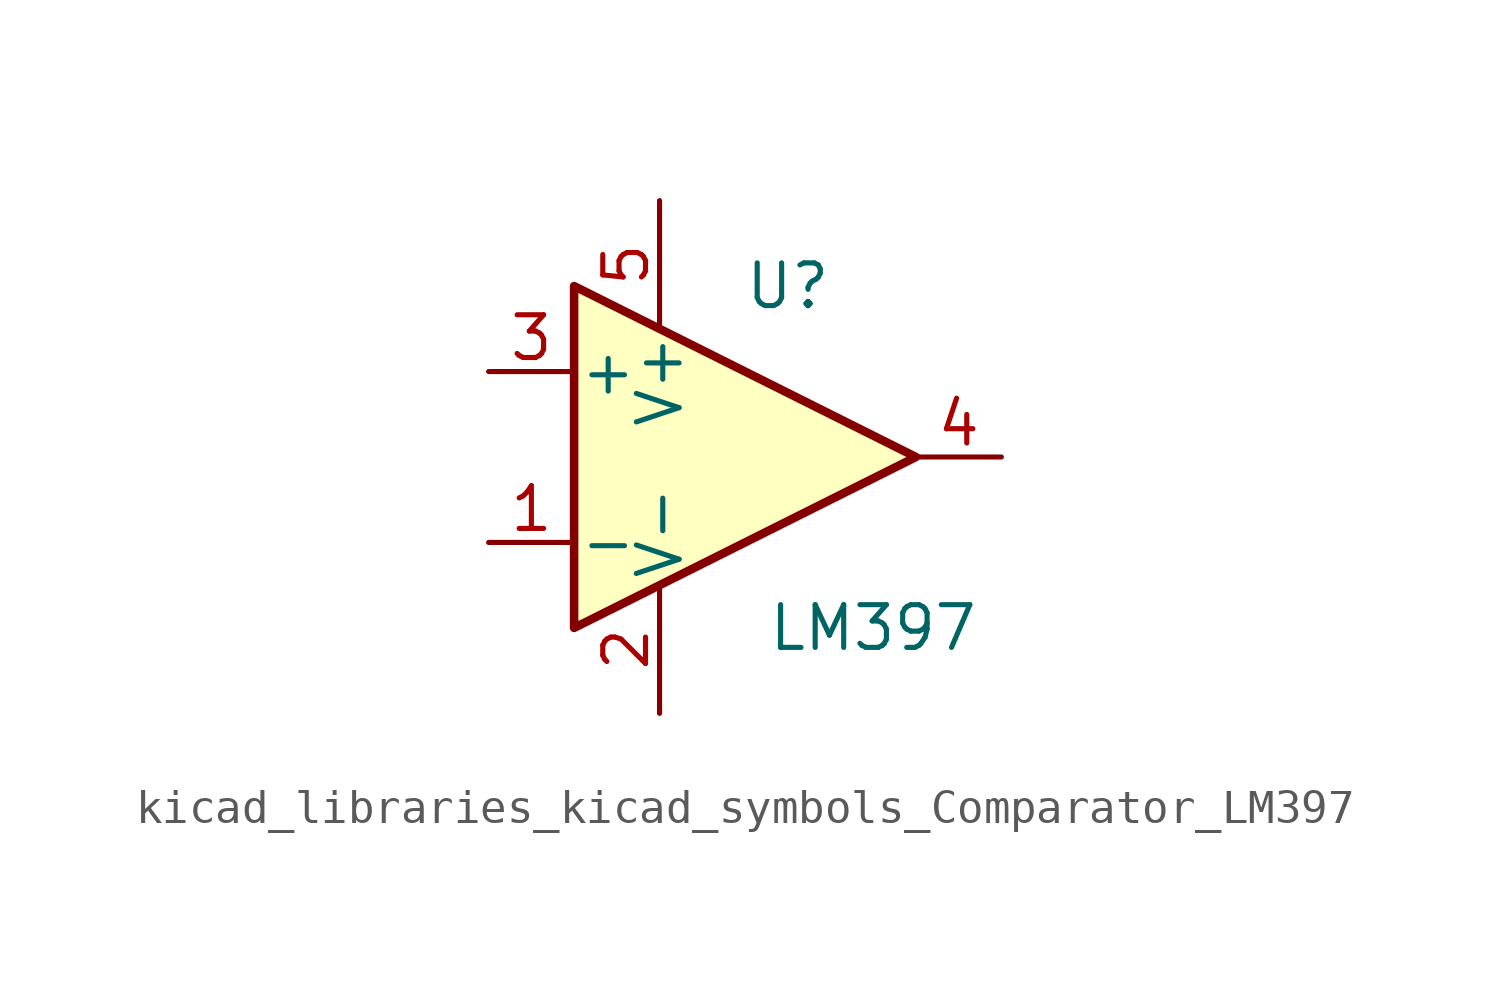
<source format=kicad_sym>
(kicad_symbol_lib
  (version 20220914)
  (generator kicad_symbol_editor)
  (symbol "kicad_libraries_kicad_symbols_Comparator_LM397"
    (pin_names
      (offset 0.127))
    (property "Reference" "U"
      (at 1.27 5.08 0)
      (effects (font (size 1.27 1.27))))
    (property "Value" "LM397"
      (at 3.81 -5.08 0)
      (effects (font (size 1.27 1.27))))
    (symbol "kicad_libraries_kicad_symbols_Comparator_LM397_0_1"
      (polyline (pts (xy -5.08 5.08) (xy 5.08 0) (xy -5.08 -5.08) (xy -5.08 5.08)) (stroke (width 0.254) (type default)) (fill (type background))))
    (symbol "kicad_libraries_kicad_symbols_Comparator_LM397_1_1"
      (pin input line (at -7.62 -2.54 0) (length 2.54) (name "-" (effects (font (size 1.27 1.27)))) (number "1" (effects (font (size 1.27 1.27)))))
      (pin power_in line (at -2.54 -7.62 90) (length 3.81) (name "V-" (effects (font (size 1.27 1.27)))) (number "2" (effects (font (size 1.27 1.27)))))
      (pin input line (at -7.62 2.54 0) (length 2.54) (name "+" (effects (font (size 1.27 1.27)))) (number "3" (effects (font (size 1.27 1.27)))))
      (pin open_collector line (at 7.62 0 180) (length 2.54) (name "~" (effects (font (size 1.27 1.27)))) (number "4" (effects (font (size 1.27 1.27)))))
      (pin power_in line (at -2.54 7.62 270) (length 3.81) (name "V+" (effects (font (size 1.27 1.27)))) (number "5" (effects (font (size 1.27 1.27))))))))
</source>
